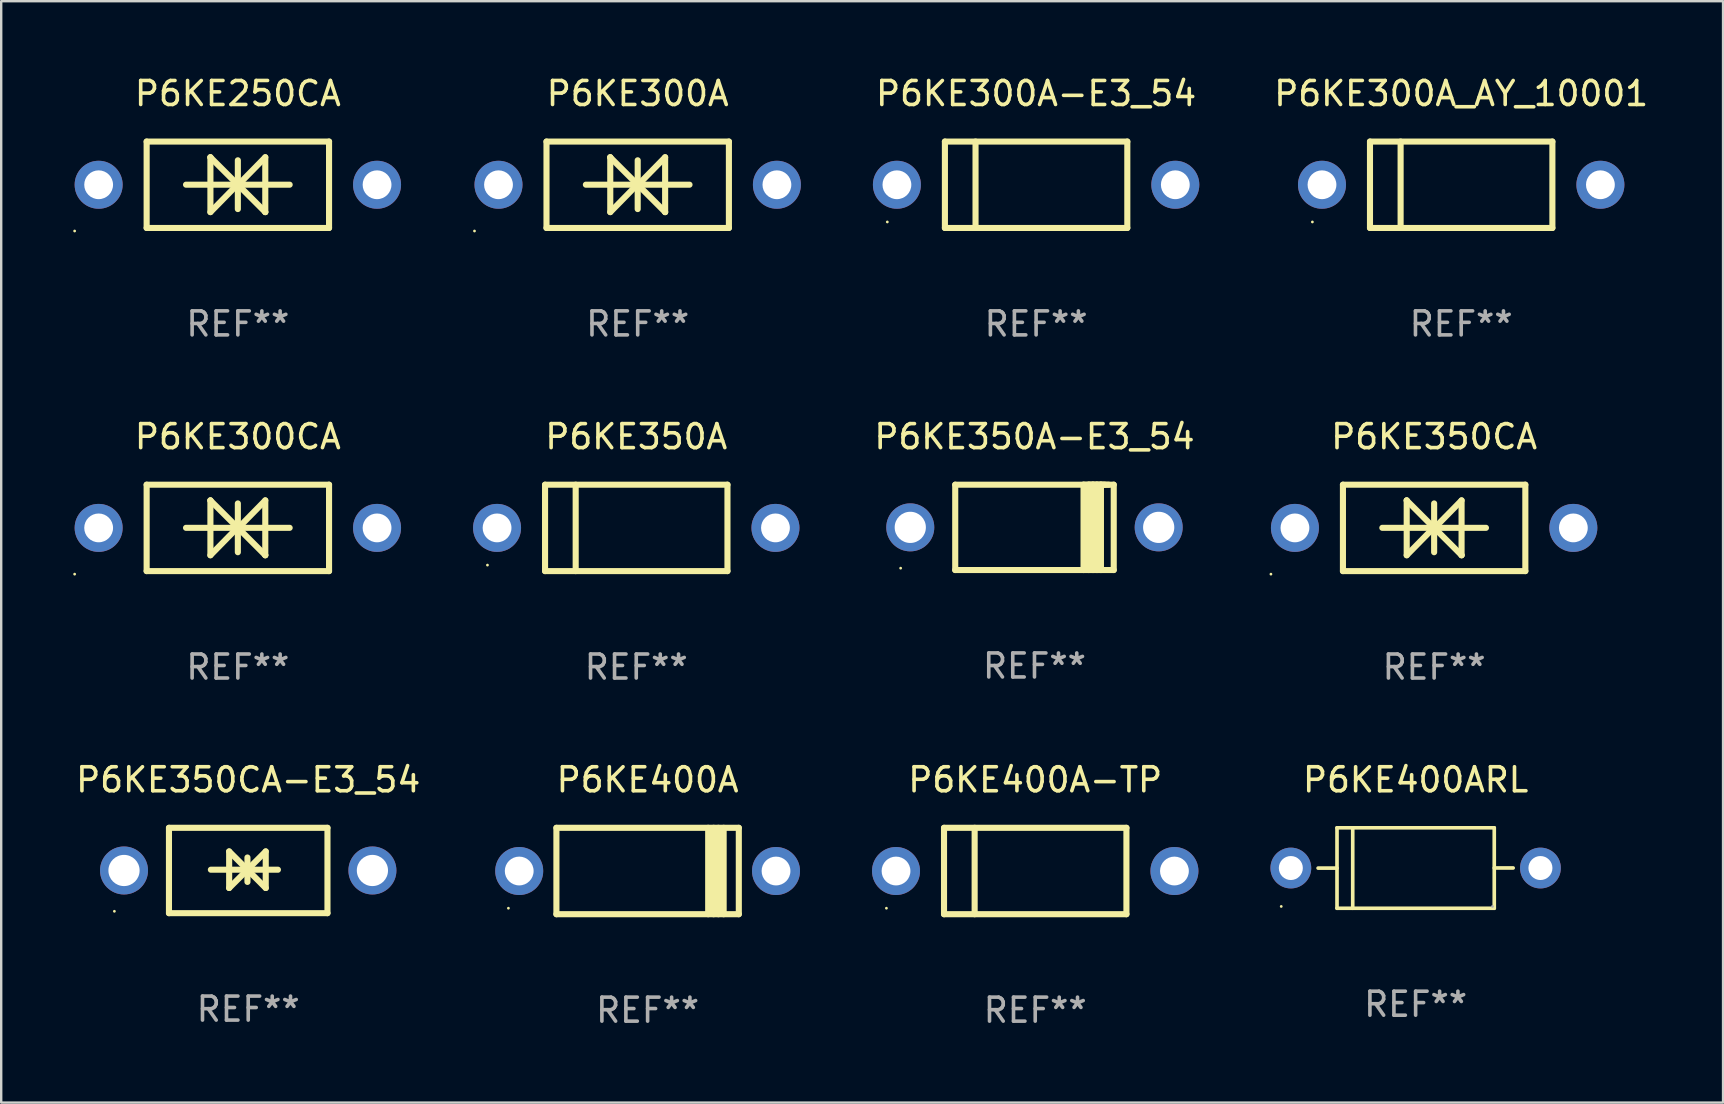
<source format=kicad_pcb>
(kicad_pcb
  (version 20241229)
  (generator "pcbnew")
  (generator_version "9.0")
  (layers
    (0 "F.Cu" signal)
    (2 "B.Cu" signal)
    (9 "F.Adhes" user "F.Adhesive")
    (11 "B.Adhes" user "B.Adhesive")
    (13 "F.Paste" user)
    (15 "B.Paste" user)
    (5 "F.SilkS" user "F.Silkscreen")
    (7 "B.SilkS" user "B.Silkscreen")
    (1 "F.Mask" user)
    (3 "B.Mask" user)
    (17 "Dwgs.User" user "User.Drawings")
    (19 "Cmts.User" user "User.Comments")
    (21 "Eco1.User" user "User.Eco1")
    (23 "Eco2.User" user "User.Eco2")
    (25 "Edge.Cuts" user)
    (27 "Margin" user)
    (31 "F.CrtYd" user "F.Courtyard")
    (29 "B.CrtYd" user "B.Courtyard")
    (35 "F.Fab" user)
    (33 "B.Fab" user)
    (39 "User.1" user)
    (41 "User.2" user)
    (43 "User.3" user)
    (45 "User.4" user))
  (footprint "P6KE300A-E3_54"
    (layer "F.Cu")
    (at 40.12 4.648)
    (property "Reference" "P6KE300A-E3_54" (at 0 -3.8 0) (layer "F.SilkS") (effects (font (size 1 1) (thickness 0.15))))
    (attr through_hole)
    (fp_line (start -3.8 -1.8) (end -3.8 1.8) (stroke (width 0.254) (type solid)) (layer "F.SilkS"))
    (fp_line (start -3.8 -1.8) (end 3.8 -1.8) (stroke (width 0.254) (type solid)) (layer "F.SilkS"))
    (fp_line (start -3.8 1.8) (end 3.8 1.8) (stroke (width 0.254) (type solid)) (layer "F.SilkS"))
    (fp_line (start -2.524 -1.8) (end -2.524 1.8) (stroke (width 0.254) (type solid)) (layer "F.SilkS"))
    (fp_line (start 3.8 -1.8) (end 3.8 1.8) (stroke (width 0.254) (type solid)) (layer "F.SilkS"))
    (fp_circle (center -6.2 1.55) (end -6.17 1.55) (stroke (width 0.06) (type solid)) (fill no) (layer "F.SilkS"))
    (fp_text user "REF**" (at 0 5.8 0) (layer "F.Fab") (effects (font (size 1 1) (thickness 0.15))))
    (pad "1" thru_hole circle (at -5.8 0) (size 2 2) (drill 1.2) (layers "*.Cu" "*.Mask"))
    (pad "2" thru_hole circle (at 5.8 0) (size 2 2) (drill 1.2) (layers "*.Cu" "*.Mask")))
  (footprint "P6KE300A"
    (layer "F.Cu")
    (at 23.52 4.648)
    (property "Reference" "P6KE300A" (at 0 -3.8 0) (layer "F.SilkS") (effects (font (size 1 1) (thickness 0.15))))
    (attr through_hole)
    (fp_line (start -3.8 -1.8) (end -3.8 1.8) (stroke (width 0.254) (type solid)) (layer "F.SilkS"))
    (fp_line (start -3.8 -1.8) (end 3.8 -1.8) (stroke (width 0.254) (type solid)) (layer "F.SilkS"))
    (fp_line (start -3.8 1.8) (end 3.8 1.8) (stroke (width 0.254) (type solid)) (layer "F.SilkS"))
    (fp_line (start -2.159 -0.003) (end 2.159 -0.003) (stroke (width 0.254) (type solid)) (layer "F.SilkS"))
    (fp_line (start -1.143 -1.146) (end -1.143 1.14) (stroke (width 0.254) (type solid)) (layer "F.SilkS"))
    (fp_line (start -1.143 -1.143) (end -1.143 -1.146) (stroke (width 0.254) (type solid)) (layer "F.SilkS"))
    (fp_line (start 0 -1.019) (end 0 1.013) (stroke (width 0.254) (type solid)) (layer "F.SilkS"))
    (fp_line (start 0 -0.026) (end -1.143 1.14) (stroke (width 0.254) (type solid)) (layer "F.SilkS"))
    (fp_line (start 0 -0.006) (end 1.143 1.137) (stroke (width 0.254) (type solid)) (layer "F.SilkS"))
    (fp_line (start 0 0) (end -1.143 -1.143) (stroke (width 0.254) (type solid)) (layer "F.SilkS"))
    (fp_line (start 0 0.02) (end 1.143 -1.146) (stroke (width 0.254) (type solid)) (layer "F.SilkS"))
    (fp_line (start 1.143 1.137) (end 1.143 1.14) (stroke (width 0.254) (type solid)) (layer "F.SilkS"))
    (fp_line (start 1.143 1.14) (end 1.143 -1.146) (stroke (width 0.254) (type solid)) (layer "F.SilkS"))
    (fp_line (start 3.8 -1.8) (end 3.8 1.8) (stroke (width 0.254) (type solid)) (layer "F.SilkS"))
    (fp_circle (center -6.8 1.927) (end -6.77 1.927) (stroke (width 0.06) (type solid)) (fill no) (layer "F.SilkS"))
    (fp_text user "REF**" (at 0 5.8 0) (layer "F.Fab") (effects (font (size 1 1) (thickness 0.15))))
    (pad "1" thru_hole circle (at -5.8 0) (size 2 2) (drill 1.2) (layers "*.Cu" "*.Mask"))
    (pad "2" thru_hole circle (at 5.8 0) (size 2 2) (drill 1.2) (layers "*.Cu" "*.Mask")))
  (footprint "P6KE350A"
    (layer "F.Cu")
    (at 23.46 18.945)
    (property "Reference" "P6KE350A" (at 0 -3.8 0) (layer "F.SilkS") (effects (font (size 1 1) (thickness 0.15))))
    (attr through_hole)
    (fp_line (start -3.8 -1.8) (end -3.8 1.8) (stroke (width 0.254) (type solid)) (layer "F.SilkS"))
    (fp_line (start -3.8 -1.8) (end 3.8 -1.8) (stroke (width 0.254) (type solid)) (layer "F.SilkS"))
    (fp_line (start -3.8 1.8) (end 3.8 1.8) (stroke (width 0.254) (type solid)) (layer "F.SilkS"))
    (fp_line (start -2.524 -1.8) (end -2.524 1.8) (stroke (width 0.254) (type solid)) (layer "F.SilkS"))
    (fp_line (start 3.8 -1.8) (end 3.8 1.8) (stroke (width 0.254) (type solid)) (layer "F.SilkS"))
    (fp_circle (center -6.2 1.55) (end -6.17 1.55) (stroke (width 0.06) (type solid)) (fill no) (layer "F.SilkS"))
    (fp_text user "REF**" (at 0 5.8 0) (layer "F.Fab") (effects (font (size 1 1) (thickness 0.15))))
    (pad "1" thru_hole circle (at -5.8 0) (size 2 2) (drill 1.2) (layers "*.Cu" "*.Mask"))
    (pad "2" thru_hole circle (at 5.8 0) (size 2 2) (drill 1.2) (layers "*.Cu" "*.Mask")))
  (footprint "P6KE300A_AY_10001"
    (layer "F.Cu")
    (at 57.831 4.648)
    (property "Reference" "P6KE300A_AY_10001" (at 0 -3.8 0) (layer "F.SilkS") (effects (font (size 1 1) (thickness 0.15))))
    (attr through_hole)
    (fp_line (start -3.8 -1.8) (end -3.8 1.8) (stroke (width 0.254) (type solid)) (layer "F.SilkS"))
    (fp_line (start -3.8 -1.8) (end 3.8 -1.8) (stroke (width 0.254) (type solid)) (layer "F.SilkS"))
    (fp_line (start -3.8 1.8) (end 3.8 1.8) (stroke (width 0.254) (type solid)) (layer "F.SilkS"))
    (fp_line (start -2.524 -1.8) (end -2.524 1.8) (stroke (width 0.254) (type solid)) (layer "F.SilkS"))
    (fp_line (start 3.8 -1.8) (end 3.8 1.8) (stroke (width 0.254) (type solid)) (layer "F.SilkS"))
    (fp_circle (center -6.2 1.55) (end -6.17 1.55) (stroke (width 0.06) (type solid)) (fill no) (layer "F.SilkS"))
    (fp_text user "REF**" (at 0 5.8 0) (layer "F.Fab") (effects (font (size 1 1) (thickness 0.15))))
    (pad "1" thru_hole circle (at -5.8 0) (size 2 2) (drill 1.2) (layers "*.Cu" "*.Mask"))
    (pad "2" thru_hole circle (at 5.8 0) (size 2 2) (drill 1.2) (layers "*.Cu" "*.Mask")))
  (footprint "P6KE350CA"
    (layer "F.Cu")
    (at 56.704 18.945)
    (property "Reference" "P6KE350CA" (at 0 -3.8 0) (layer "F.SilkS") (effects (font (size 1 1) (thickness 0.15))))
    (attr through_hole)
    (fp_line (start -3.8 -1.8) (end -3.8 1.8) (stroke (width 0.254) (type solid)) (layer "F.SilkS"))
    (fp_line (start -3.8 -1.8) (end 3.8 -1.8) (stroke (width 0.254) (type solid)) (layer "F.SilkS"))
    (fp_line (start -3.8 1.8) (end 3.8 1.8) (stroke (width 0.254) (type solid)) (layer "F.SilkS"))
    (fp_line (start -2.159 -0.003) (end 2.159 -0.003) (stroke (width 0.254) (type solid)) (layer "F.SilkS"))
    (fp_line (start -1.143 -1.146) (end -1.143 1.14) (stroke (width 0.254) (type solid)) (layer "F.SilkS"))
    (fp_line (start -1.143 -1.143) (end -1.143 -1.146) (stroke (width 0.254) (type solid)) (layer "F.SilkS"))
    (fp_line (start 0 -1.019) (end 0 1.013) (stroke (width 0.254) (type solid)) (layer "F.SilkS"))
    (fp_line (start 0 -0.026) (end -1.143 1.14) (stroke (width 0.254) (type solid)) (layer "F.SilkS"))
    (fp_line (start 0 -0.006) (end 1.143 1.137) (stroke (width 0.254) (type solid)) (layer "F.SilkS"))
    (fp_line (start 0 0) (end -1.143 -1.143) (stroke (width 0.254) (type solid)) (layer "F.SilkS"))
    (fp_line (start 0 0.02) (end 1.143 -1.146) (stroke (width 0.254) (type solid)) (layer "F.SilkS"))
    (fp_line (start 1.143 1.137) (end 1.143 1.14) (stroke (width 0.254) (type solid)) (layer "F.SilkS"))
    (fp_line (start 1.143 1.14) (end 1.143 -1.146) (stroke (width 0.254) (type solid)) (layer "F.SilkS"))
    (fp_line (start 3.8 -1.8) (end 3.8 1.8) (stroke (width 0.254) (type solid)) (layer "F.SilkS"))
    (fp_circle (center -6.8 1.927) (end -6.77 1.927) (stroke (width 0.06) (type solid)) (fill no) (layer "F.SilkS"))
    (fp_text user "REF**" (at 0 5.8 0) (layer "F.Fab") (effects (font (size 1 1) (thickness 0.15))))
    (pad "1" thru_hole circle (at -5.8 0) (size 2 2) (drill 1.2) (layers "*.Cu" "*.Mask"))
    (pad "2" thru_hole circle (at 5.8 0) (size 2 2) (drill 1.2) (layers "*.Cu" "*.Mask")))
  (footprint "P6KE250CA"
    (layer "F.Cu")
    (at 6.86 4.648)
    (property "Reference" "P6KE250CA" (at 0 -3.8 0) (layer "F.SilkS") (effects (font (size 1 1) (thickness 0.15))))
    (attr through_hole)
    (fp_line (start -3.8 -1.8) (end -3.8 1.8) (stroke (width 0.254) (type solid)) (layer "F.SilkS"))
    (fp_line (start -3.8 -1.8) (end 3.8 -1.8) (stroke (width 0.254) (type solid)) (layer "F.SilkS"))
    (fp_line (start -3.8 1.8) (end 3.8 1.8) (stroke (width 0.254) (type solid)) (layer "F.SilkS"))
    (fp_line (start -2.159 -0.003) (end 2.159 -0.003) (stroke (width 0.254) (type solid)) (layer "F.SilkS"))
    (fp_line (start -1.143 -1.146) (end -1.143 1.14) (stroke (width 0.254) (type solid)) (layer "F.SilkS"))
    (fp_line (start -1.143 -1.143) (end -1.143 -1.146) (stroke (width 0.254) (type solid)) (layer "F.SilkS"))
    (fp_line (start 0 -1.019) (end 0 1.013) (stroke (width 0.254) (type solid)) (layer "F.SilkS"))
    (fp_line (start 0 -0.026) (end -1.143 1.14) (stroke (width 0.254) (type solid)) (layer "F.SilkS"))
    (fp_line (start 0 -0.006) (end 1.143 1.137) (stroke (width 0.254) (type solid)) (layer "F.SilkS"))
    (fp_line (start 0 0) (end -1.143 -1.143) (stroke (width 0.254) (type solid)) (layer "F.SilkS"))
    (fp_line (start 0 0.02) (end 1.143 -1.146) (stroke (width 0.254) (type solid)) (layer "F.SilkS"))
    (fp_line (start 1.143 1.137) (end 1.143 1.14) (stroke (width 0.254) (type solid)) (layer "F.SilkS"))
    (fp_line (start 1.143 1.14) (end 1.143 -1.146) (stroke (width 0.254) (type solid)) (layer "F.SilkS"))
    (fp_line (start 3.8 -1.8) (end 3.8 1.8) (stroke (width 0.254) (type solid)) (layer "F.SilkS"))
    (fp_circle (center -6.8 1.927) (end -6.77 1.927) (stroke (width 0.06) (type solid)) (fill no) (layer "F.SilkS"))
    (fp_text user "REF**" (at 0 5.8 0) (layer "F.Fab") (effects (font (size 1 1) (thickness 0.15))))
    (pad "1" thru_hole circle (at -5.8 0) (size 2 2) (drill 1.2) (layers "*.Cu" "*.Mask"))
    (pad "2" thru_hole circle (at 5.8 0) (size 2 2) (drill 1.2) (layers "*.Cu" "*.Mask")))
  (footprint "P6KE350A-E3_54"
    (layer "F.Cu")
    (at 40.052 18.923)
    (property "Reference" "P6KE350A-E3_54" (at 0 -3.778 0) (layer "F.SilkS") (effects (font (size 1 1) (thickness 0.15))))
    (attr through_hole)
    (fp_line (start -3.302 -1.778) (end -3.302 1.778) (stroke (width 0.254) (type solid)) (layer "F.SilkS"))
    (fp_line (start -3.302 1.778) (end 3.302 1.778) (stroke (width 0.254) (type solid)) (layer "F.SilkS"))
    (fp_line (start 2.045 -1.778) (end 2.045 1.778) (stroke (width 0.254) (type solid)) (layer "F.SilkS"))
    (fp_line (start 2.261 -1.778) (end 2.261 1.778) (stroke (width 0.254) (type solid)) (layer "F.SilkS"))
    (fp_line (start 2.421 -1.778) (end 2.045 -1.778) (stroke (width 0.254) (type solid)) (layer "F.SilkS"))
    (fp_line (start 2.439 -1.778) (end 2.439 1.778) (stroke (width 0.254) (type solid)) (layer "F.SilkS"))
    (fp_line (start 2.579 -1.778) (end 2.261 -1.778) (stroke (width 0.254) (type solid)) (layer "F.SilkS"))
    (fp_line (start 2.604 -1.778) (end 2.604 1.778) (stroke (width 0.254) (type solid)) (layer "F.SilkS"))
    (fp_line (start 2.757 -1.778) (end 2.439 -1.778) (stroke (width 0.254) (type solid)) (layer "F.SilkS"))
    (fp_line (start 2.769 -1.778) (end 2.769 1.778) (stroke (width 0.254) (type solid)) (layer "F.SilkS"))
    (fp_line (start 2.922 -1.778) (end 2.604 -1.778) (stroke (width 0.254) (type solid)) (layer "F.SilkS"))
    (fp_line (start 3.087 -1.778) (end 2.769 -1.778) (stroke (width 0.254) (type solid)) (layer "F.SilkS"))
    (fp_line (start 3.302 -1.778) (end -3.302 -1.778) (stroke (width 0.254) (type solid)) (layer "F.SilkS"))
    (fp_line (start 3.302 1.778) (end 3.302 -1.778) (stroke (width 0.254) (type solid)) (layer "F.SilkS"))
    (fp_circle (center -5.576 1.7) (end -5.546 1.7) (stroke (width 0.06) (type solid)) (fill no) (layer "F.SilkS"))
    (fp_text user "REF**" (at 0 5.778 0) (layer "F.Fab") (effects (font (size 1 1) (thickness 0.15))))
    (pad "1" thru_hole circle (at -5.175 0) (size 2 2) (drill 1.3) (layers "*.Cu" "*.Mask"))
    (pad "2" thru_hole circle (at 5.175 0) (size 2 2) (drill 1.3) (layers "*.Cu" "*.Mask")))
  (footprint "P6KE400A-TP"
    (layer "F.Cu")
    (at 40.083 33.241)
    (property "Reference" "P6KE400A-TP" (at 0 -3.8 0) (layer "F.SilkS") (effects (font (size 1 1) (thickness 0.15))))
    (attr through_hole)
    (fp_line (start -3.8 -1.8) (end -3.8 1.8) (stroke (width 0.254) (type solid)) (layer "F.SilkS"))
    (fp_line (start -3.8 -1.8) (end 3.8 -1.8) (stroke (width 0.254) (type solid)) (layer "F.SilkS"))
    (fp_line (start -3.8 1.8) (end 3.8 1.8) (stroke (width 0.254) (type solid)) (layer "F.SilkS"))
    (fp_line (start -2.524 -1.8) (end -2.524 1.8) (stroke (width 0.254) (type solid)) (layer "F.SilkS"))
    (fp_line (start 3.8 -1.8) (end 3.8 1.8) (stroke (width 0.254) (type solid)) (layer "F.SilkS"))
    (fp_circle (center -6.2 1.55) (end -6.17 1.55) (stroke (width 0.06) (type solid)) (fill no) (layer "F.SilkS"))
    (fp_text user "REF**" (at 0 5.8 0) (layer "F.Fab") (effects (font (size 1 1) (thickness 0.15))))
    (pad "1" thru_hole circle (at -5.8 0) (size 2 2) (drill 1.2) (layers "*.Cu" "*.Mask"))
    (pad "2" thru_hole circle (at 5.8 0) (size 2 2) (drill 1.2) (layers "*.Cu" "*.Mask")))
  (footprint "P6KE300CA"
    (layer "F.Cu")
    (at 6.86 18.945)
    (property "Reference" "P6KE300CA" (at 0 -3.8 0) (layer "F.SilkS") (effects (font (size 1 1) (thickness 0.15))))
    (attr through_hole)
    (fp_line (start -3.8 -1.8) (end -3.8 1.8) (stroke (width 0.254) (type solid)) (layer "F.SilkS"))
    (fp_line (start -3.8 -1.8) (end 3.8 -1.8) (stroke (width 0.254) (type solid)) (layer "F.SilkS"))
    (fp_line (start -3.8 1.8) (end 3.8 1.8) (stroke (width 0.254) (type solid)) (layer "F.SilkS"))
    (fp_line (start -2.159 -0.003) (end 2.159 -0.003) (stroke (width 0.254) (type solid)) (layer "F.SilkS"))
    (fp_line (start -1.143 -1.146) (end -1.143 1.14) (stroke (width 0.254) (type solid)) (layer "F.SilkS"))
    (fp_line (start -1.143 -1.143) (end -1.143 -1.146) (stroke (width 0.254) (type solid)) (layer "F.SilkS"))
    (fp_line (start 0 -1.019) (end 0 1.013) (stroke (width 0.254) (type solid)) (layer "F.SilkS"))
    (fp_line (start 0 -0.026) (end -1.143 1.14) (stroke (width 0.254) (type solid)) (layer "F.SilkS"))
    (fp_line (start 0 -0.006) (end 1.143 1.137) (stroke (width 0.254) (type solid)) (layer "F.SilkS"))
    (fp_line (start 0 0) (end -1.143 -1.143) (stroke (width 0.254) (type solid)) (layer "F.SilkS"))
    (fp_line (start 0 0.02) (end 1.143 -1.146) (stroke (width 0.254) (type solid)) (layer "F.SilkS"))
    (fp_line (start 1.143 1.137) (end 1.143 1.14) (stroke (width 0.254) (type solid)) (layer "F.SilkS"))
    (fp_line (start 1.143 1.14) (end 1.143 -1.146) (stroke (width 0.254) (type solid)) (layer "F.SilkS"))
    (fp_line (start 3.8 -1.8) (end 3.8 1.8) (stroke (width 0.254) (type solid)) (layer "F.SilkS"))
    (fp_circle (center -6.8 1.927) (end -6.77 1.927) (stroke (width 0.06) (type solid)) (fill no) (layer "F.SilkS"))
    (fp_text user "REF**" (at 0 5.8 0) (layer "F.Fab") (effects (font (size 1 1) (thickness 0.15))))
    (pad "1" thru_hole circle (at -5.8 0) (size 2 2) (drill 1.2) (layers "*.Cu" "*.Mask"))
    (pad "2" thru_hole circle (at 5.8 0) (size 2 2) (drill 1.2) (layers "*.Cu" "*.Mask")))
  (footprint "P6KE400ARL"
    (layer "F.Cu")
    (at 55.933 33.117)
    (property "Reference" "P6KE400ARL" (at 0 -3.676 0) (layer "F.SilkS") (effects (font (size 1 1) (thickness 0.15))))
    (attr through_hole)
    (fp_line (start -3.276 -1.676) (end 3.276 -1.676) (stroke (width 0.152) (type solid)) (layer "F.SilkS"))
    (fp_line (start -3.276 0.003) (end -4.064 0.003) (stroke (width 0.152) (type solid)) (layer "F.SilkS"))
    (fp_line (start -3.276 1.676) (end -3.276 -1.676) (stroke (width 0.152) (type solid)) (layer "F.SilkS"))
    (fp_line (start -2.621 -1.676) (end -2.621 1.676) (stroke (width 0.152) (type solid)) (layer "F.SilkS"))
    (fp_line (start 3.276 -1.676) (end 3.276 1.676) (stroke (width 0.152) (type solid)) (layer "F.SilkS"))
    (fp_line (start 3.276 -0.003) (end 4.064 -0.003) (stroke (width 0.152) (type solid)) (layer "F.SilkS"))
    (fp_line (start 3.276 1.676) (end -3.276 1.676) (stroke (width 0.152) (type solid)) (layer "F.SilkS"))
    (fp_circle (center -5.6 1.6) (end -5.57 1.6) (stroke (width 0.06) (type solid)) (fill no) (layer "F.SilkS"))
    (fp_circle (center 3.2 1.6) (end 3.23 1.6) (stroke (width 0.06) (type solid)) (fill no) (layer "F.Fab"))
    (fp_text user "REF**" (at 0 5.676 0) (layer "F.Fab") (effects (font (size 1 1) (thickness 0.15))))
    (pad "1" thru_hole circle (at -5.2 0) (size 1.7 1.7) (drill 1) (layers "*.Cu" "*.Mask"))
    (pad "2" thru_hole circle (at 5.2 0) (size 1.7 1.7) (drill 1) (layers "*.Cu" "*.Mask")))
  (footprint "P6KE400A"
    (layer "F.Cu")
    (at 23.933 33.241)
    (property "Reference" "P6KE400A" (at 0 -3.8 0) (layer "F.SilkS") (effects (font (size 1 1) (thickness 0.15))))
    (attr through_hole)
    (fp_line (start -3.8 1.8) (end -3.8 -1.8) (stroke (width 0.254) (type solid)) (layer "F.SilkS"))
    (fp_line (start 2.524 1.8) (end 2.524 -1.8) (stroke (width 0.254) (type solid)) (layer "F.SilkS"))
    (fp_line (start 2.75 1.8) (end 2.75 -1.8) (stroke (width 0.254) (type solid)) (layer "F.SilkS"))
    (fp_line (start 2.95 -1.8) (end 2.95 1.8) (stroke (width 0.254) (type solid)) (layer "F.SilkS"))
    (fp_line (start 3.168 -1.8) (end 3.168 1.8) (stroke (width 0.254) (type solid)) (layer "F.SilkS"))
    (fp_line (start 3.8 1.8) (end -3.8 1.8) (stroke (width 0.254) (type solid)) (layer "F.SilkS"))
    (fp_line (start 3.8 1.8) (end 3.8 -1.8) (stroke (width 0.254) (type solid)) (layer "F.SilkS"))
    (fp_line (start 3.8 -1.8) (end -3.8 -1.8) (stroke (width 0.254) (type solid)) (layer "F.SilkS"))
    (fp_circle (center -5.8 1.55) (end -5.77 1.55) (stroke (width 0.06) (type solid)) (fill no) (layer "F.SilkS"))
    (fp_text user "REF**" (at 0 5.8 0) (layer "F.Fab") (effects (font (size 1 1) (thickness 0.15))))
    (pad "1" thru_hole circle (at -5.35 0) (size 2 2) (drill 1.2) (layers "*.Cu" "*.Mask"))
    (pad "2" thru_hole circle (at 5.35 0) (size 2 2) (drill 1.2) (layers "*.Cu" "*.Mask")))
  (footprint "P6KE350CA-E3_54"
    (layer "F.Cu")
    (at 7.292 33.219)
    (property "Reference" "P6KE350CA-E3_54" (at 0 -3.778 0) (layer "F.SilkS") (effects (font (size 1 1) (thickness 0.15))))
    (attr through_hole)
    (fp_line (start -3.302 -1.778) (end -3.302 1.778) (stroke (width 0.254) (type solid)) (layer "F.SilkS"))
    (fp_line (start -3.302 1.778) (end 3.302 1.778) (stroke (width 0.254) (type solid)) (layer "F.SilkS"))
    (fp_line (start -1.556 -0.032) (end 1.238 -0.032) (stroke (width 0.254) (type solid)) (layer "F.SilkS"))
    (fp_line (start -0.794 -0.794) (end 0.73 0.73) (stroke (width 0.254) (type solid)) (layer "F.SilkS"))
    (fp_line (start -0.794 0.73) (end -0.794 -0.794) (stroke (width 0.254) (type solid)) (layer "F.SilkS"))
    (fp_line (start -0.032 -0.54) (end -0.032 0.476) (stroke (width 0.254) (type solid)) (layer "F.SilkS"))
    (fp_line (start 0.73 -0.794) (end -0.794 0.73) (stroke (width 0.254) (type solid)) (layer "F.SilkS"))
    (fp_line (start 0.73 0.73) (end 0.73 -0.794) (stroke (width 0.254) (type solid)) (layer "F.SilkS"))
    (fp_line (start 3.302 -1.778) (end -3.302 -1.778) (stroke (width 0.254) (type solid)) (layer "F.SilkS"))
    (fp_line (start 3.302 1.778) (end 3.302 -1.778) (stroke (width 0.254) (type solid)) (layer "F.SilkS"))
    (fp_circle (center -5.576 1.7) (end -5.546 1.7) (stroke (width 0.06) (type solid)) (fill no) (layer "F.SilkS"))
    (fp_text user "REF**" (at 0 5.778 0) (layer "F.Fab") (effects (font (size 1 1) (thickness 0.15))))
    (pad "1" thru_hole circle (at -5.175 0) (size 2 2) (drill 1.3) (layers "*.Cu" "*.Mask"))
    (pad "2" thru_hole circle (at 5.175 0) (size 2 2) (drill 1.3) (layers "*.Cu" "*.Mask")))
  (gr_rect
    (start -3 -3)
    (end 68.742 42.89)
    (stroke (width 0.1) (type default))
    (fill no)
    (layer "Edge.Cuts")))
</source>
